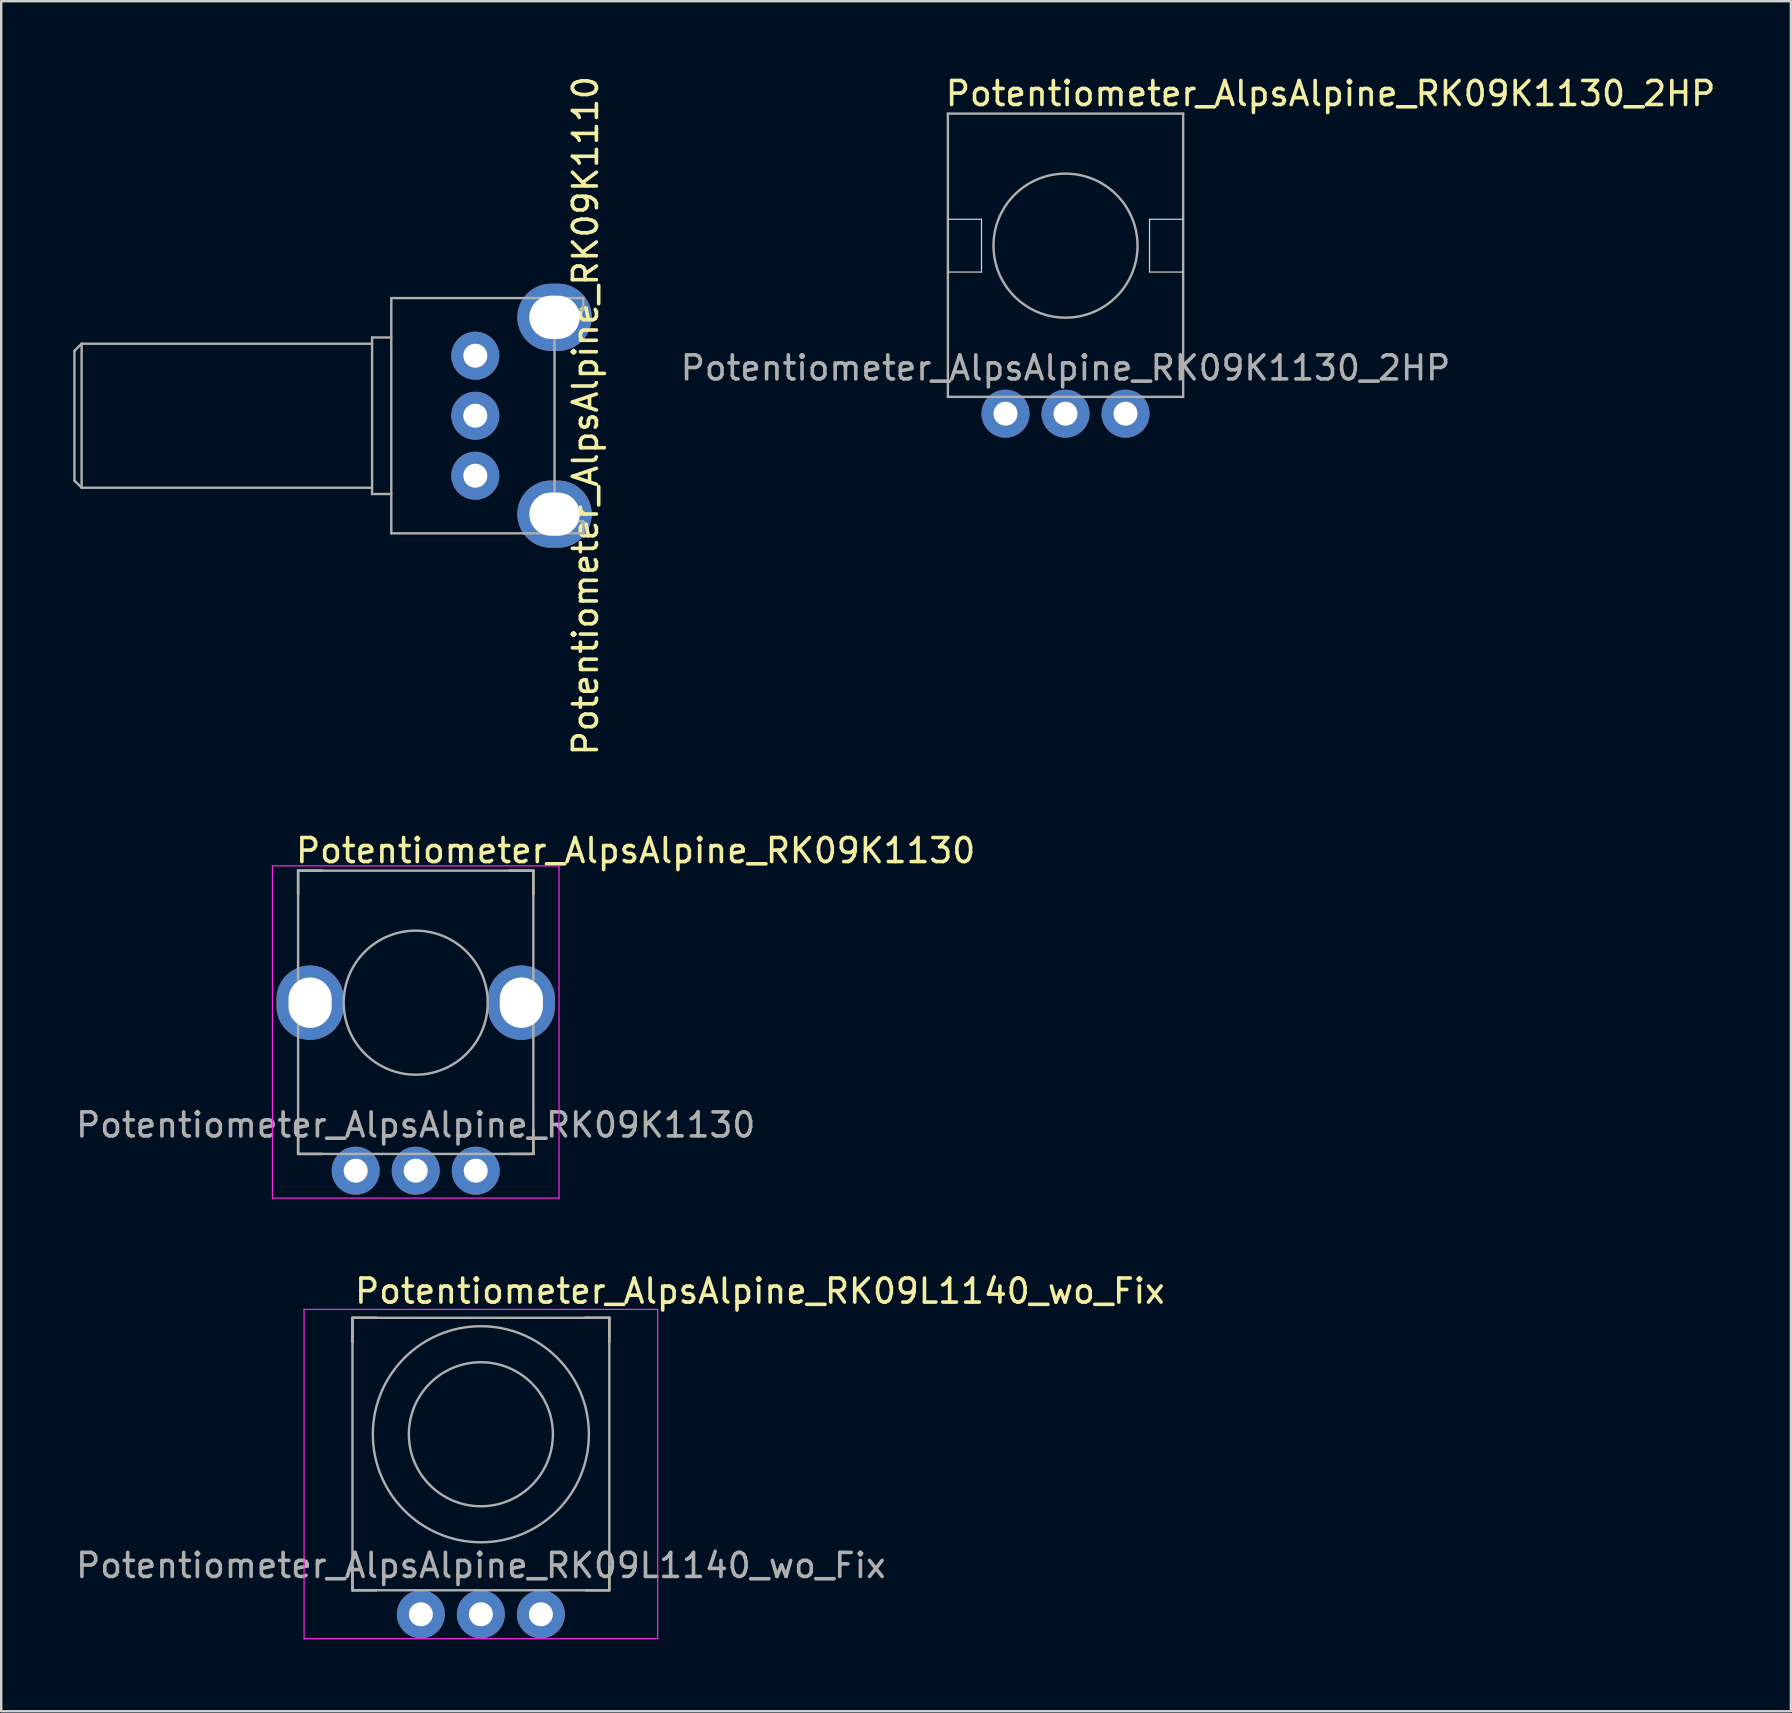
<source format=kicad_pcb>
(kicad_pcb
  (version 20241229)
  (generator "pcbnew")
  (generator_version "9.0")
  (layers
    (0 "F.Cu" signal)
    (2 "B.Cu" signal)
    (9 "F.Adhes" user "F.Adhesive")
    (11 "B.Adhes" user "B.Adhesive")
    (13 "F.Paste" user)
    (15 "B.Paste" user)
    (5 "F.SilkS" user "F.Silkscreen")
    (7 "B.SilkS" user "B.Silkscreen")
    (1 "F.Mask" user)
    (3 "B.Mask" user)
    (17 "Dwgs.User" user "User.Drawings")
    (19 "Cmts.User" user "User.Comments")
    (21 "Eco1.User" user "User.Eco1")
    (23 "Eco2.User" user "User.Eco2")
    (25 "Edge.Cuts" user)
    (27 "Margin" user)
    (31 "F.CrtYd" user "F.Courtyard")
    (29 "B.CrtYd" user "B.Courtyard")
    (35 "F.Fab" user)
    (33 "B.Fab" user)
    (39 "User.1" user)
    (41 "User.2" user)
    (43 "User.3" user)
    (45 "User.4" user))
  (footprint "Potentiometer_AlpsAlpine_RK09K1130_2HP"
    (layer "F.Cu")
    (at 41.337 14.183)
    (property "Reference" "Potentiometer_AlpsAlpine_RK09K1130_2HP" (at -5.08 -13.335 0) (layer "F.SilkS") (effects (font (size 1 1) (thickness 0.15)) (justify left)))
    (attr through_hole)
    (fp_line (start -4.9 -8.1) (end -3.5 -8.1) (stroke (width 0.05) (type default)) (layer "Edge.Cuts"))
    (fp_line (start -3.5 -8.1) (end -3.5 -5.9) (stroke (width 0.05) (type default)) (layer "Edge.Cuts"))
    (fp_line (start -3.5 -5.9) (end -4.9 -5.9) (stroke (width 0.05) (type default)) (layer "Edge.Cuts"))
    (fp_line (start 3.5 -8.1) (end 3.5 -5.9) (stroke (width 0.05) (type default)) (layer "Edge.Cuts"))
    (fp_line (start 3.5 -5.9) (end 4.9 -5.9) (stroke (width 0.05) (type default)) (layer "Edge.Cuts"))
    (fp_line (start 4.9 -8.1) (end 3.5 -8.1) (stroke (width 0.05) (type default)) (layer "Edge.Cuts"))
    (fp_line (start -4.9 -12.5) (end 4.9 -12.5) (stroke (width 0.1) (type solid)) (layer "F.Fab"))
    (fp_line (start -4.9 -0.7) (end -4.9 -12.5) (stroke (width 0.1) (type solid)) (layer "F.Fab"))
    (fp_line (start -4.9 -0.7) (end 4.9 -0.7) (stroke (width 0.1) (type solid)) (layer "F.Fab"))
    (fp_line (start 4.9 -12.5) (end 4.9 -0.7) (stroke (width 0.1) (type solid)) (layer "F.Fab"))
    (fp_circle (center 0 -7) (end 3 -7) (stroke (width 0.1) (type solid)) (fill no) (layer "F.Fab"))
    (fp_text user "${REFERENCE}" (at 0 -1.905 0) (layer "F.Fab") (effects (font (size 1 1) (thickness 0.15))))
    (pad "CCW" thru_hole circle (at -2.5 0) (size 2 2) (drill 1) (layers "*.Cu" "*.Mask"))
    (pad "CW" thru_hole circle (at 2.5 0) (size 2 2) (drill 1) (layers "*.Cu" "*.Mask"))
    (pad "W" thru_hole circle (at 0 0) (size 2 2) (drill 1) (layers "*.Cu" "*.Mask")))
  (footprint "Potentiometer_AlpsAlpine_RK09K1110"
    (layer "F.Cu")
    (at 12.45 14.268)
    (property "Reference" "Potentiometer_AlpsAlpine_RK09K1110" (at 8.89 0 90) (layer "F.SilkS") (effects (font (size 1 1) (thickness 0.15))))
    (attr through_hole)
    (fp_line (start -12.4 -2.7) (end -12.4 2.7) (stroke (width 0.1) (type solid)) (layer "F.Fab"))
    (fp_line (start -12.4 2.7) (end -12.1 3) (stroke (width 0.1) (type solid)) (layer "F.Fab"))
    (fp_line (start -12.1 -3) (end -12.4 -2.7) (stroke (width 0.1) (type solid)) (layer "F.Fab"))
    (fp_line (start -12.1 3) (end -12.1 -3) (stroke (width 0.1) (type solid)) (layer "F.Fab"))
    (fp_line (start -12.1 3) (end 0 3) (stroke (width 0.1) (type solid)) (layer "F.Fab"))
    (fp_line (start 0 -3.26) (end 0.8 -3.26) (stroke (width 0.1) (type solid)) (layer "F.Fab"))
    (fp_line (start 0 -3) (end -12.1 -3) (stroke (width 0.1) (type solid)) (layer "F.Fab"))
    (fp_line (start 0 3.26) (end 0 -3.26) (stroke (width 0.1) (type solid)) (layer "F.Fab"))
    (fp_line (start 0.8 3.26) (end 0 3.26) (stroke (width 0.1) (type solid)) (layer "F.Fab"))
    (fp_line (start 0.8 4.9) (end 0.8 -4.9) (stroke (width 0.1) (type solid)) (layer "F.Fab"))
    (fp_line (start 0.8 4.9) (end 8.8 4.9) (stroke (width 0.1) (type solid)) (layer "F.Fab"))
    (fp_line (start 7.6 -4.4) (end 8.8 -4.4) (stroke (width 0.1) (type solid)) (layer "F.Fab"))
    (fp_line (start 7.6 4.4) (end 7.6 -4.4) (stroke (width 0.1) (type solid)) (layer "F.Fab"))
    (fp_line (start 8.8 -4.9) (end 0.8 -4.9) (stroke (width 0.1) (type solid)) (layer "F.Fab"))
    (fp_line (start 8.8 -4.4) (end 8.8 -4.9) (stroke (width 0.1) (type solid)) (layer "F.Fab"))
    (fp_line (start 8.8 4.4) (end 7.6 4.4) (stroke (width 0.1) (type solid)) (layer "F.Fab"))
    (fp_line (start 8.8 4.4) (end 8.8 4.9) (stroke (width 0.1) (type solid)) (layer "F.Fab"))
    (pad "" np_thru_hole oval (at 7.6 -4.1) (size 3.1 2.8) (drill oval 2.1 1.8) (layers "*.Cu" "*.Mask"))
    (pad "" np_thru_hole oval (at 7.6 4.1) (size 3.1 2.8) (drill oval 2.1 1.8) (layers "*.Cu" "*.Mask"))
    (pad "CCW" thru_hole circle (at 4.3 -2.5) (size 2 2) (drill 1) (layers "*.Cu" "*.Mask"))
    (pad "CW" thru_hole circle (at 4.3 2.5) (size 2 2) (drill 1) (layers "*.Cu" "*.Mask"))
    (pad "W" thru_hole circle (at 4.3 0) (size 2 2) (drill 1) (layers "*.Cu" "*.Mask")))
  (footprint "Potentiometer_AlpsAlpine_RK09K1130"
    (layer "F.Cu")
    (at 14.268 45.719)
    (property "Reference" "Potentiometer_AlpsAlpine_RK09K1130" (at -5.08 -13.335 0) (layer "F.SilkS") (effects (font (size 1 1) (thickness 0.15)) (justify left)))
    (attr through_hole)
    (fp_line (start -4.9 -12.5) (end -4.9 -11.5) (stroke (width 0.1) (type solid)) (layer "F.SilkS"))
    (fp_line (start -4.9 -12.5) (end -3.9 -12.5) (stroke (width 0.1) (type solid)) (layer "F.SilkS"))
    (fp_line (start -4.9 -0.7) (end -4.9 -1.7) (stroke (width 0.1) (type solid)) (layer "F.SilkS"))
    (fp_line (start -4.9 -0.7) (end -3.9 -0.7) (stroke (width 0.1) (type solid)) (layer "F.SilkS"))
    (fp_line (start 4.9 -12.5) (end 3.9 -12.5) (stroke (width 0.1) (type solid)) (layer "F.SilkS"))
    (fp_line (start 4.9 -12.5) (end 4.9 -11.5) (stroke (width 0.1) (type solid)) (layer "F.SilkS"))
    (fp_line (start 4.9 -0.7) (end 3.9 -0.7) (stroke (width 0.1) (type solid)) (layer "F.SilkS"))
    (fp_line (start 4.9 -0.7) (end 4.9 -1.7) (stroke (width 0.1) (type solid)) (layer "F.SilkS"))
    (fp_line (start -5.969 -12.7) (end 5.969 -12.7) (stroke (width 0.05) (type solid)) (layer "F.CrtYd"))
    (fp_line (start -5.969 1.143) (end -5.969 -12.7) (stroke (width 0.05) (type solid)) (layer "F.CrtYd"))
    (fp_line (start 5.969 -12.7) (end 5.969 1.143) (stroke (width 0.05) (type solid)) (layer "F.CrtYd"))
    (fp_line (start 5.969 1.143) (end -5.969 1.143) (stroke (width 0.05) (type solid)) (layer "F.CrtYd"))
    (fp_line (start -4.9 -12.5) (end 4.9 -12.5) (stroke (width 0.1) (type solid)) (layer "F.Fab"))
    (fp_line (start -4.9 -0.7) (end -4.9 -12.5) (stroke (width 0.1) (type solid)) (layer "F.Fab"))
    (fp_line (start -4.9 -0.7) (end 4.9 -0.7) (stroke (width 0.1) (type solid)) (layer "F.Fab"))
    (fp_line (start 4.9 -12.5) (end 4.9 -0.7) (stroke (width 0.1) (type solid)) (layer "F.Fab"))
    (fp_circle (center 0 -7) (end 3 -7) (stroke (width 0.1) (type solid)) (fill no) (layer "F.Fab"))
    (fp_text user "${REFERENCE}" (at 0 -1.905 0) (layer "F.Fab") (effects (font (size 1 1) (thickness 0.15))))
    (pad "" np_thru_hole oval (at -4.4 -7) (size 2.8 3.1) (drill oval 1.8 2.1) (layers "*.Cu" "*.Mask"))
    (pad "" np_thru_hole oval (at 4.4 -7) (size 2.8 3.1) (drill oval 1.8 2.1) (layers "*.Cu" "*.Mask"))
    (pad "CCW" thru_hole circle (at -2.5 0) (size 2 2) (drill 1) (layers "*.Cu" "*.Mask"))
    (pad "CW" thru_hole circle (at 2.5 0) (size 2 2) (drill 1) (layers "*.Cu" "*.Mask"))
    (pad "W" thru_hole circle (at 0 0) (size 2 2) (drill 1) (layers "*.Cu" "*.Mask")))
  (footprint "Potentiometer_AlpsAlpine_RK09L1140_wo_Fix"
    (layer "F.Cu")
    (at 16.982 64.197)
    (property "Reference" "Potentiometer_AlpsAlpine_RK09L1140_wo_Fix" (at -5.334 -13.462 0) (layer "F.SilkS") (effects (font (size 1 1) (thickness 0.15)) (justify left)))
    (attr through_hole)
    (fp_line (start -5.35 -12.35) (end -5.35 -11.35) (stroke (width 0.1) (type solid)) (layer "F.SilkS"))
    (fp_line (start -5.35 -12.35) (end -4.35 -12.35) (stroke (width 0.1) (type solid)) (layer "F.SilkS"))
    (fp_line (start -5.35 -1) (end -5.35 -2) (stroke (width 0.1) (type solid)) (layer "F.SilkS"))
    (fp_line (start -5.35 -1) (end -4.35 -1) (stroke (width 0.1) (type solid)) (layer "F.SilkS"))
    (fp_line (start 5.35 -12.35) (end 4.35 -12.35) (stroke (width 0.1) (type solid)) (layer "F.SilkS"))
    (fp_line (start 5.35 -12.35) (end 5.35 -11.35) (stroke (width 0.1) (type solid)) (layer "F.SilkS"))
    (fp_line (start 5.35 -1) (end 4.35 -1) (stroke (width 0.1) (type solid)) (layer "F.SilkS"))
    (fp_line (start 5.35 -1) (end 5.35 -2) (stroke (width 0.1) (type solid)) (layer "F.SilkS"))
    (fp_line (start -7.366 -12.7) (end 7.366 -12.7) (stroke (width 0.05) (type solid)) (layer "F.CrtYd"))
    (fp_line (start -7.366 1.016) (end -7.366 -12.7) (stroke (width 0.05) (type solid)) (layer "F.CrtYd"))
    (fp_line (start 7.366 -12.7) (end 7.366 1.016) (stroke (width 0.05) (type solid)) (layer "F.CrtYd"))
    (fp_line (start 7.366 1.016) (end -7.366 1.016) (stroke (width 0.05) (type solid)) (layer "F.CrtYd"))
    (fp_line (start -5.35 -12.35) (end 5.35 -12.35) (stroke (width 0.1) (type solid)) (layer "F.Fab"))
    (fp_line (start -5.35 -1) (end -5.35 -12.35) (stroke (width 0.1) (type solid)) (layer "F.Fab"))
    (fp_line (start 5.35 -12.35) (end 5.35 -1) (stroke (width 0.1) (type solid)) (layer "F.Fab"))
    (fp_line (start 5.35 -1) (end -5.35 -1) (stroke (width 0.1) (type solid)) (layer "F.Fab"))
    (fp_circle (center 0 -7.5) (end 3 -7.5) (stroke (width 0.1) (type solid)) (fill no) (layer "F.Fab"))
    (fp_circle (center 0 -7.5) (end 4.5 -7.5) (stroke (width 0.1) (type solid)) (fill no) (layer "F.Fab"))
    (fp_text user "${REFERENCE}" (at 0 -2.032 0) (layer "F.Fab") (effects (font (size 1 1) (thickness 0.15))))
    (pad "CCW" thru_hole circle (at -2.5 0) (size 2 2) (drill 1) (layers "*.Cu" "*.Mask"))
    (pad "CW" thru_hole circle (at 2.5 0) (size 2 2) (drill 1) (layers "*.Cu" "*.Mask"))
    (pad "W" thru_hole circle (at 0 0) (size 2 2) (drill 1) (layers "*.Cu" "*.Mask")))
  (gr_rect
    (start -3 -3)
    (end 71.555 68.238)
    (stroke (width 0.1) (type default))
    (fill no)
    (layer "Edge.Cuts")))
</source>
